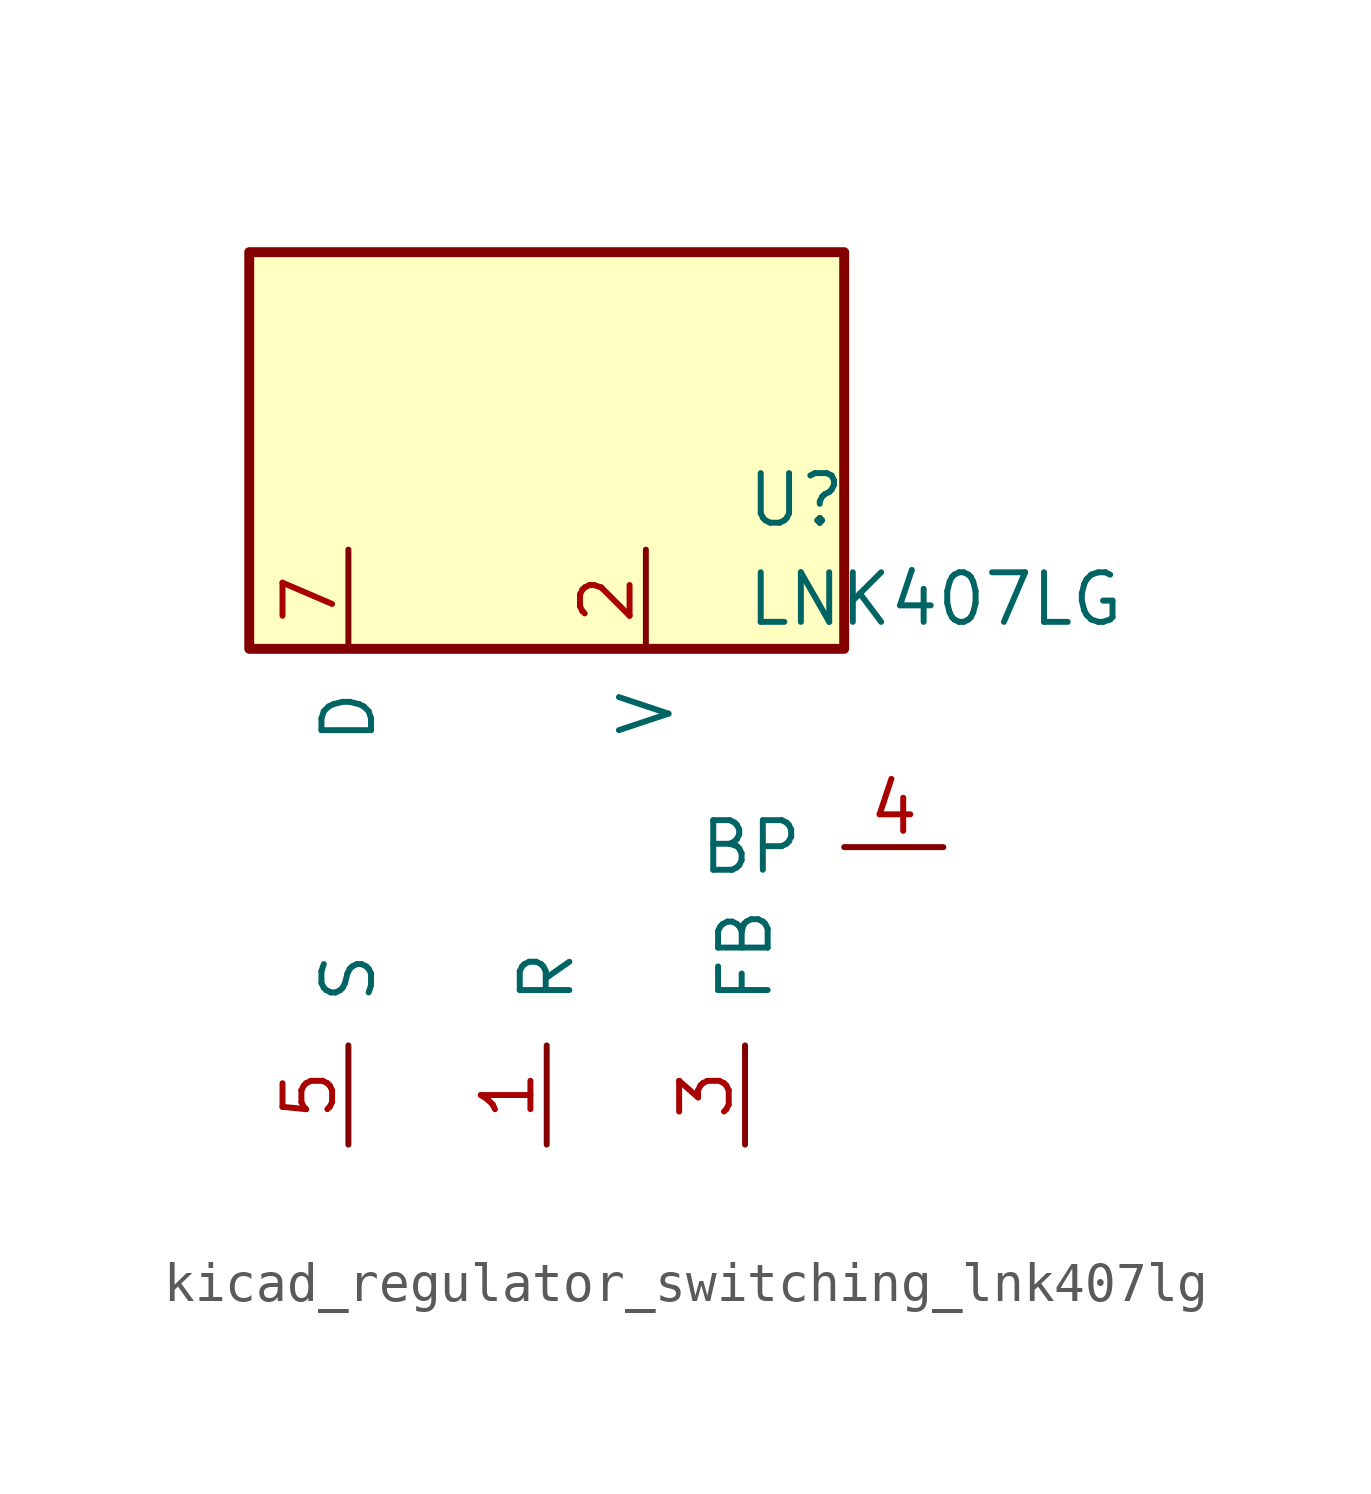
<source format=kicad_sym>
(kicad_symbol_lib
  (version 20220914)
  (generator kicad_symbol_editor)
  (symbol "kicad_regulator_switching_lnk407lg"
    (pin_names
      (offset 1.016))
    (property "Reference" "U"
      (at 5.08 8.89 0)
      (effects (font (size 1.27 1.27)) (justify left)))
    (property "Value" "LNK407LG"
      (at 5.08 6.35 0)
      (effects (font (size 1.27 1.27)) (justify left)))
    (symbol "kicad_regulator_switching_lnk407lg_0_1"
      (rectangle (start 7.62 15.24) (end -7.62 5.08) (stroke (width 0.254) (type default)) (fill (type background))))
    (symbol "kicad_regulator_switching_lnk407lg_1_1"
      (pin input line (at 0 -7.62 90) (length 2.54) (name "R" (effects (font (size 1.27 1.27)))) (number "1" (effects (font (size 1.27 1.27)))))
      (pin input line (at 2.54 7.62 270) (length 2.54) (name "V" (effects (font (size 1.27 1.27)))) (number "2" (effects (font (size 1.27 1.27)))))
      (pin input line (at 5.08 -7.62 90) (length 2.54) (name "FB" (effects (font (size 1.27 1.27)))) (number "3" (effects (font (size 1.27 1.27)))))
      (pin input line (at 10.16 0 180) (length 2.54) (name "BP" (effects (font (size 1.27 1.27)))) (number "4" (effects (font (size 1.27 1.27)))))
      (pin power_in line (at -5.08 -7.62 90) (length 2.54) (name "S" (effects (font (size 1.27 1.27)))) (number "5" (effects (font (size 1.27 1.27)))))
      (pin open_collector line (at -5.08 7.62 270) (length 2.54) (name "D" (effects (font (size 1.27 1.27)))) (number "7" (effects (font (size 1.27 1.27))))))))
</source>
